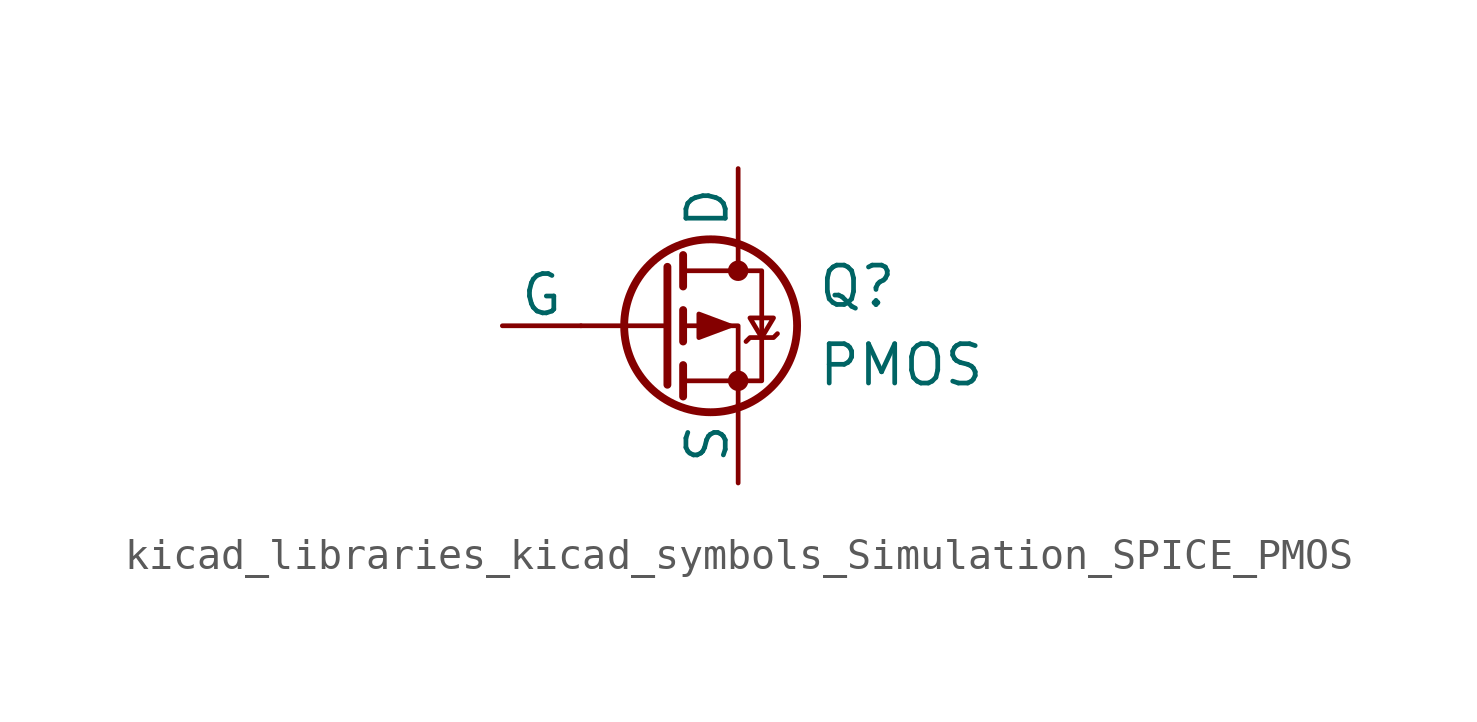
<source format=kicad_sym>
(kicad_symbol_lib
  (version 20220914)
  (generator kicad_symbol_editor)
  (symbol "kicad_libraries_kicad_symbols_Simulation_SPICE_PMOS"
    (pin_numbers hide)
    (pin_names
      (offset 0))
    (property "Reference" "Q"
      (at 5.08 1.27 0)
      (effects (font (size 1.27 1.27)) (justify left)))
    (property "Value" "PMOS"
      (at 5.08 -1.27 0)
      (effects (font (size 1.27 1.27)) (justify left)))
    (symbol "kicad_libraries_kicad_symbols_Simulation_SPICE_PMOS_0_1"
      (polyline (pts (xy 0.254 0) (xy -2.54 0)) (stroke (width 0) (type default)) (fill (type none)))
      (polyline (pts (xy 0.254 1.905) (xy 0.254 -1.905)) (stroke (width 0.254) (type default)) (fill (type none)))
      (polyline (pts (xy 0.762 -1.27) (xy 0.762 -2.286)) (stroke (width 0.254) (type default)) (fill (type none)))
      (polyline (pts (xy 0.762 0.508) (xy 0.762 -0.508)) (stroke (width 0.254) (type default)) (fill (type none)))
      (polyline (pts (xy 0.762 2.286) (xy 0.762 1.27)) (stroke (width 0.254) (type default)) (fill (type none)))
      (polyline (pts (xy 2.54 2.54) (xy 2.54 1.778)) (stroke (width 0) (type default)) (fill (type none)))
      (polyline (pts (xy 2.54 -2.54) (xy 2.54 0) (xy 0.762 0)) (stroke (width 0) (type default)) (fill (type none)))
      (polyline (pts (xy 0.762 1.778) (xy 3.302 1.778) (xy 3.302 -1.778) (xy 0.762 -1.778)) (stroke (width 0) (type default)) (fill (type none)))
      (polyline (pts (xy 2.286 0) (xy 1.27 0.381) (xy 1.27 -0.381) (xy 2.286 0)) (stroke (width 0) (type default)) (fill (type outline)))
      (polyline (pts (xy 2.794 -0.508) (xy 2.921 -0.381) (xy 3.683 -0.381) (xy 3.81 -0.254)) (stroke (width 0) (type default)) (fill (type none)))
      (polyline (pts (xy 3.302 -0.381) (xy 2.921 0.254) (xy 3.683 0.254) (xy 3.302 -0.381)) (stroke (width 0) (type default)) (fill (type none)))
      (circle (center 1.651 0) (radius 2.794) (stroke (width 0.254) (type default)) (fill (type none)))
      (circle (center 2.54 -1.778) (radius 0.254) (stroke (width 0) (type default)) (fill (type outline)))
      (circle (center 2.54 1.778) (radius 0.254) (stroke (width 0) (type default)) (fill (type outline))))
    (symbol "kicad_libraries_kicad_symbols_Simulation_SPICE_PMOS_1_1"
      (pin passive line (at 2.54 5.08 270) (length 2.54) (name "D" (effects (font (size 1.27 1.27)))) (number "1" (effects (font (size 1.27 1.27)))))
      (pin input line (at -5.08 0 0) (length 2.54) (name "G" (effects (font (size 1.27 1.27)))) (number "2" (effects (font (size 1.27 1.27)))))
      (pin passive line (at 2.54 -5.08 90) (length 2.54) (name "S" (effects (font (size 1.27 1.27)))) (number "3" (effects (font (size 1.27 1.27))))))))
</source>
